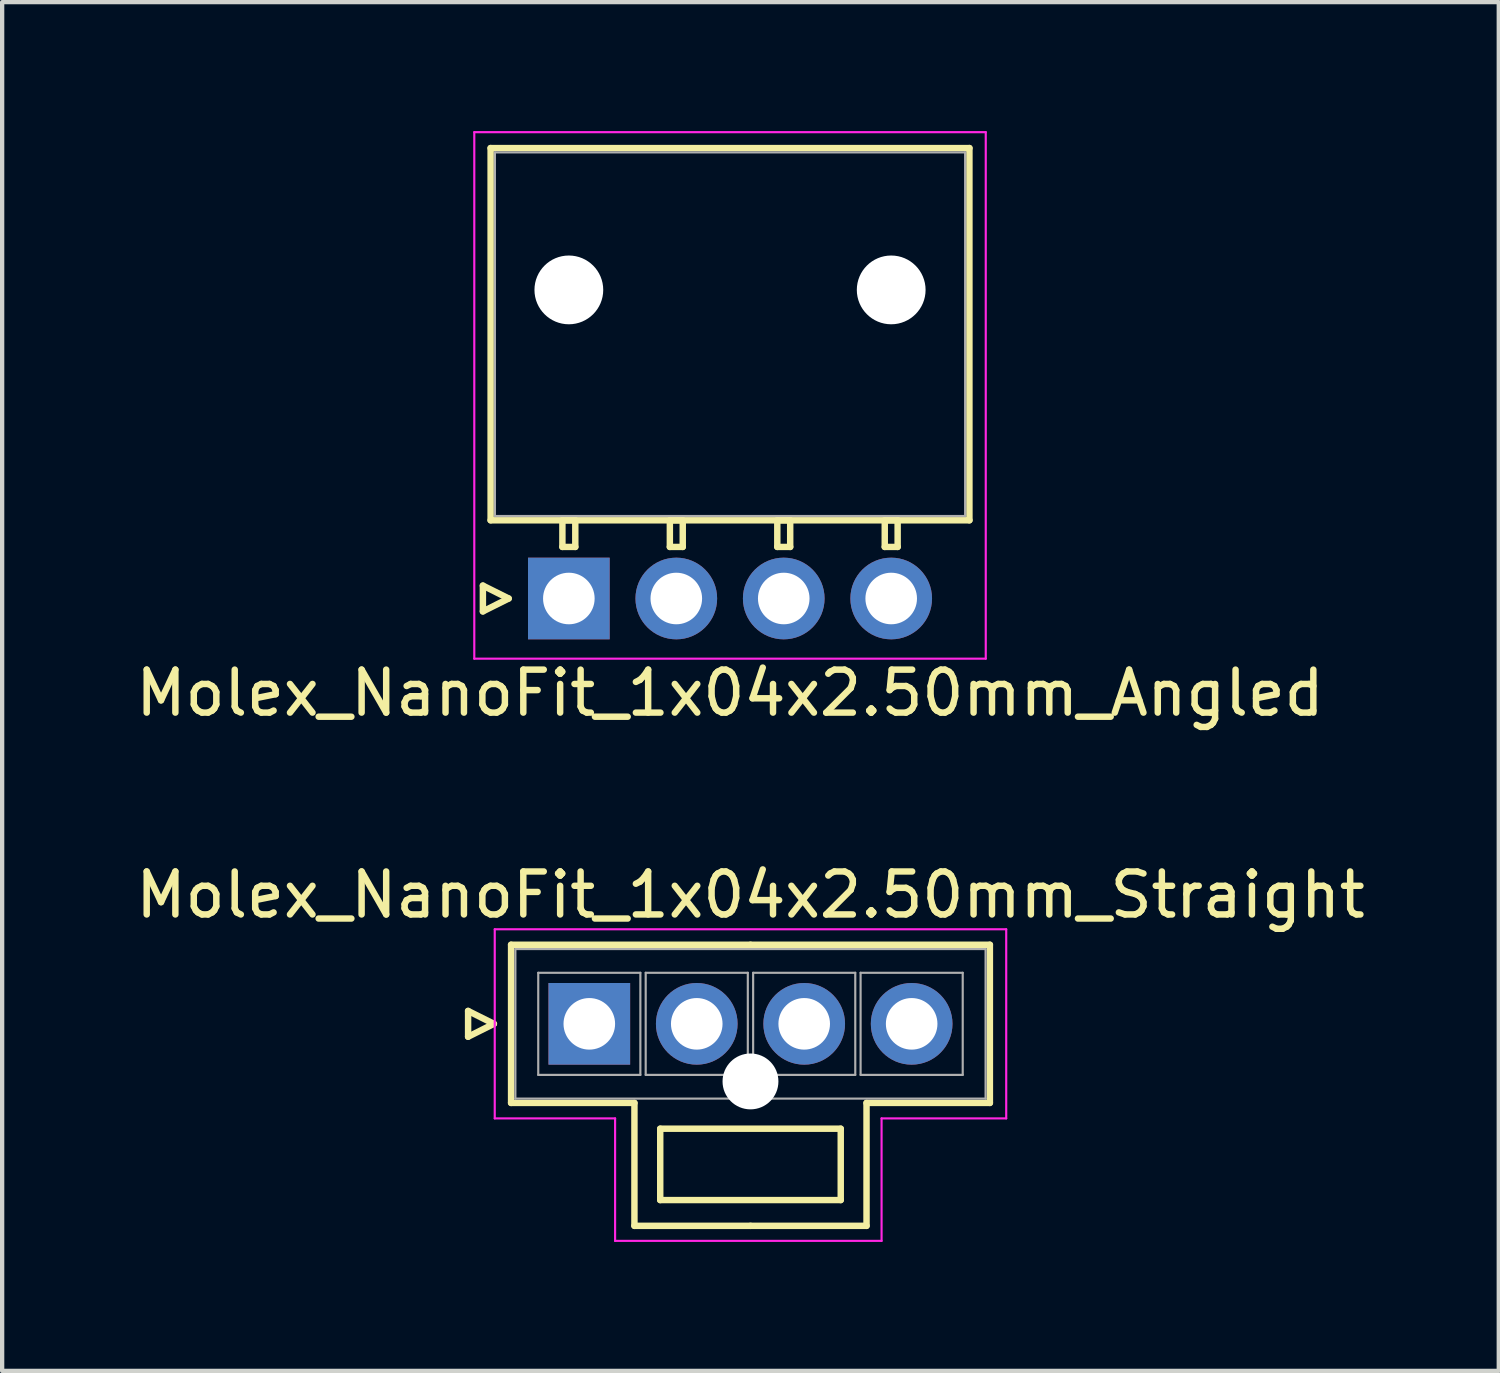
<source format=kicad_pcb>
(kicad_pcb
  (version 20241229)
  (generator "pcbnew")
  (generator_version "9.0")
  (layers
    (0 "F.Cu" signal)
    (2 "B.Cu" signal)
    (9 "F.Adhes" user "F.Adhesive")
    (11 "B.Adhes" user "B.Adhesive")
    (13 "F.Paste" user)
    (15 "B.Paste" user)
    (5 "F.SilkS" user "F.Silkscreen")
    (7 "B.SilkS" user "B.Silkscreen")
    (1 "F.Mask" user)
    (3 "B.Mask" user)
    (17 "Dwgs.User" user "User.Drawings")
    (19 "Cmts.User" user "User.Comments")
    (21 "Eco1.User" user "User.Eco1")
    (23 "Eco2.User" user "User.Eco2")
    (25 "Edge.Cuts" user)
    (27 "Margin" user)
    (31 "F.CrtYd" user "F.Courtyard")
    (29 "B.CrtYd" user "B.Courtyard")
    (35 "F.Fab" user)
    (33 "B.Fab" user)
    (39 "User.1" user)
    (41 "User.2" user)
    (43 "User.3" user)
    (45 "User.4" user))
  (footprint "Molex_NanoFit_1x04x2.50mm_Angled"
    (layer "F.Cu")
    (at 10.185 10.875)
    (property "Reference" "Molex_NanoFit_1x04x2.50mm_Angled" (at 3.75 2.2 0) (layer "F.SilkS") (effects (font (size 1 1) (thickness 0.15))))
    (attr through_hole)
    (fp_line (start -2 -0.3) (end -1.4 0) (stroke (width 0.15) (type solid)) (layer "F.SilkS"))
    (fp_line (start -2 0.3) (end -2 -0.3) (stroke (width 0.15) (type solid)) (layer "F.SilkS"))
    (fp_line (start -1.82 -10.48) (end -1.82 -1.82) (stroke (width 0.15) (type solid)) (layer "F.SilkS"))
    (fp_line (start -1.82 -1.82) (end 9.32 -1.82) (stroke (width 0.15) (type solid)) (layer "F.SilkS"))
    (fp_line (start -1.4 0) (end -2 0.3) (stroke (width 0.15) (type solid)) (layer "F.SilkS"))
    (fp_line (start -0.15 -1.82) (end -0.15 -1.2) (stroke (width 0.15) (type solid)) (layer "F.SilkS"))
    (fp_line (start -0.15 -1.2) (end 0.15 -1.2) (stroke (width 0.15) (type solid)) (layer "F.SilkS"))
    (fp_line (start 0.15 -1.82) (end -0.15 -1.82) (stroke (width 0.15) (type solid)) (layer "F.SilkS"))
    (fp_line (start 0.15 -1.2) (end 0.15 -1.82) (stroke (width 0.15) (type solid)) (layer "F.SilkS"))
    (fp_line (start 2.35 -1.82) (end 2.35 -1.2) (stroke (width 0.15) (type solid)) (layer "F.SilkS"))
    (fp_line (start 2.35 -1.2) (end 2.65 -1.2) (stroke (width 0.15) (type solid)) (layer "F.SilkS"))
    (fp_line (start 2.65 -1.82) (end 2.35 -1.82) (stroke (width 0.15) (type solid)) (layer "F.SilkS"))
    (fp_line (start 2.65 -1.2) (end 2.65 -1.82) (stroke (width 0.15) (type solid)) (layer "F.SilkS"))
    (fp_line (start 4.85 -1.82) (end 4.85 -1.2) (stroke (width 0.15) (type solid)) (layer "F.SilkS"))
    (fp_line (start 4.85 -1.2) (end 5.15 -1.2) (stroke (width 0.15) (type solid)) (layer "F.SilkS"))
    (fp_line (start 5.15 -1.82) (end 4.85 -1.82) (stroke (width 0.15) (type solid)) (layer "F.SilkS"))
    (fp_line (start 5.15 -1.2) (end 5.15 -1.82) (stroke (width 0.15) (type solid)) (layer "F.SilkS"))
    (fp_line (start 7.35 -1.82) (end 7.35 -1.2) (stroke (width 0.15) (type solid)) (layer "F.SilkS"))
    (fp_line (start 7.35 -1.2) (end 7.65 -1.2) (stroke (width 0.15) (type solid)) (layer "F.SilkS"))
    (fp_line (start 7.65 -1.82) (end 7.35 -1.82) (stroke (width 0.15) (type solid)) (layer "F.SilkS"))
    (fp_line (start 7.65 -1.2) (end 7.65 -1.82) (stroke (width 0.15) (type solid)) (layer "F.SilkS"))
    (fp_line (start 9.32 -10.48) (end -1.82 -10.48) (stroke (width 0.15) (type solid)) (layer "F.SilkS"))
    (fp_line (start 9.32 -1.82) (end 9.32 -10.48) (stroke (width 0.15) (type solid)) (layer "F.SilkS"))
    (fp_line (start -2.2 -10.85) (end -2.2 1.4) (stroke (width 0.05) (type solid)) (layer "F.CrtYd"))
    (fp_line (start -2.2 1.4) (end 9.7 1.4) (stroke (width 0.05) (type solid)) (layer "F.CrtYd"))
    (fp_line (start 9.7 -10.85) (end -2.2 -10.85) (stroke (width 0.05) (type solid)) (layer "F.CrtYd"))
    (fp_line (start 9.7 1.4) (end 9.7 -10.85) (stroke (width 0.05) (type solid)) (layer "F.CrtYd"))
    (fp_line (start -1.72 -10.38) (end -1.72 -1.92) (stroke (width 0.05) (type solid)) (layer "F.Fab"))
    (fp_line (start -1.72 -1.92) (end 9.22 -1.92) (stroke (width 0.05) (type solid)) (layer "F.Fab"))
    (fp_line (start 9.22 -10.38) (end -1.72 -10.38) (stroke (width 0.05) (type solid)) (layer "F.Fab"))
    (fp_line (start 9.22 -1.92) (end 9.22 -10.38) (stroke (width 0.05) (type solid)) (layer "F.Fab"))
    (pad "" np_thru_hole circle (at 0 -7.18) (size 1.6 1.6) (drill 1.6) (layers "*.Cu"))
    (pad "" np_thru_hole circle (at 7.5 -7.18) (size 1.6 1.6) (drill 1.6) (layers "*.Cu"))
    (pad "1" thru_hole rect (at 0 0) (size 1.9 1.9) (drill 1.2) (layers "*.Cu" "*.Mask"))
    (pad "2" thru_hole circle (at 2.5 0) (size 1.9 1.9) (drill 1.2) (layers "*.Cu" "*.Mask"))
    (pad "3" thru_hole circle (at 5 0) (size 1.9 1.9) (drill 1.2) (layers "*.Cu" "*.Mask"))
    (pad "4" thru_hole circle (at 7.5 0) (size 1.9 1.9) (drill 1.2) (layers "*.Cu" "*.Mask")))
  (footprint "Molex_NanoFit_1x04x2.50mm_Straight"
    (layer "F.Cu")
    (at 10.661 20.771)
    (property "Reference" "Molex_NanoFit_1x04x2.50mm_Straight" (at 3.75 -3 0) (layer "F.SilkS") (effects (font (size 1 1) (thickness 0.15))))
    (attr through_hole)
    (fp_line (start -2.82 -0.3) (end -2.22 0) (stroke (width 0.15) (type solid)) (layer "F.SilkS"))
    (fp_line (start -2.82 0.3) (end -2.82 -0.3) (stroke (width 0.15) (type solid)) (layer "F.SilkS"))
    (fp_line (start -2.22 0) (end -2.82 0.3) (stroke (width 0.15) (type solid)) (layer "F.SilkS"))
    (fp_line (start -1.82 -1.84) (end -1.82 1.84) (stroke (width 0.15) (type solid)) (layer "F.SilkS"))
    (fp_line (start -1.82 1.84) (end 1.05 1.84) (stroke (width 0.15) (type solid)) (layer "F.SilkS"))
    (fp_line (start 1.05 1.84) (end 1.05 4.7) (stroke (width 0.15) (type solid)) (layer "F.SilkS"))
    (fp_line (start 1.05 4.7) (end 3.75 4.7) (stroke (width 0.15) (type solid)) (layer "F.SilkS"))
    (fp_line (start 1.65 2.44) (end 1.65 4.1) (stroke (width 0.15) (type solid)) (layer "F.SilkS"))
    (fp_line (start 1.65 4.1) (end 5.85 4.1) (stroke (width 0.15) (type solid)) (layer "F.SilkS"))
    (fp_line (start 3.75 -1.84) (end -1.82 -1.84) (stroke (width 0.15) (type solid)) (layer "F.SilkS"))
    (fp_line (start 3.75 -1.84) (end 9.32 -1.84) (stroke (width 0.15) (type solid)) (layer "F.SilkS"))
    (fp_line (start 5.85 2.44) (end 1.65 2.44) (stroke (width 0.15) (type solid)) (layer "F.SilkS"))
    (fp_line (start 5.85 4.1) (end 5.85 2.44) (stroke (width 0.15) (type solid)) (layer "F.SilkS"))
    (fp_line (start 6.45 1.84) (end 6.45 4.7) (stroke (width 0.15) (type solid)) (layer "F.SilkS"))
    (fp_line (start 6.45 4.7) (end 3.75 4.7) (stroke (width 0.15) (type solid)) (layer "F.SilkS"))
    (fp_line (start 9.32 -1.84) (end 9.32 1.84) (stroke (width 0.15) (type solid)) (layer "F.SilkS"))
    (fp_line (start 9.32 1.84) (end 6.45 1.84) (stroke (width 0.15) (type solid)) (layer "F.SilkS"))
    (fp_line (start -2.2 -2.2) (end -2.2 2.2) (stroke (width 0.05) (type solid)) (layer "F.CrtYd"))
    (fp_line (start -2.2 2.2) (end 0.6 2.2) (stroke (width 0.05) (type solid)) (layer "F.CrtYd"))
    (fp_line (start 0.6 2.2) (end 0.6 5.05) (stroke (width 0.05) (type solid)) (layer "F.CrtYd"))
    (fp_line (start 0.6 5.05) (end 6.8 5.05) (stroke (width 0.05) (type solid)) (layer "F.CrtYd"))
    (fp_line (start 6.8 2.2) (end 9.7 2.2) (stroke (width 0.05) (type solid)) (layer "F.CrtYd"))
    (fp_line (start 6.8 5.05) (end 6.8 2.2) (stroke (width 0.05) (type solid)) (layer "F.CrtYd"))
    (fp_line (start 9.7 -2.2) (end -2.2 -2.2) (stroke (width 0.05) (type solid)) (layer "F.CrtYd"))
    (fp_line (start 9.7 2.2) (end 9.7 -2.2) (stroke (width 0.05) (type solid)) (layer "F.CrtYd"))
    (fp_line (start -1.72 -1.74) (end -1.72 1.74) (stroke (width 0.05) (type solid)) (layer "F.Fab"))
    (fp_line (start -1.72 1.74) (end 9.22 1.74) (stroke (width 0.05) (type solid)) (layer "F.Fab"))
    (fp_line (start -1.188 -1.188) (end -1.188 1.188) (stroke (width 0.05) (type solid)) (layer "F.Fab"))
    (fp_line (start -1.188 1.188) (end 1.188 1.188) (stroke (width 0.05) (type solid)) (layer "F.Fab"))
    (fp_line (start 1.188 -1.188) (end -1.188 -1.188) (stroke (width 0.05) (type solid)) (layer "F.Fab"))
    (fp_line (start 1.188 1.188) (end 1.188 -1.188) (stroke (width 0.05) (type solid)) (layer "F.Fab"))
    (fp_line (start 1.312 -1.188) (end 1.312 1.188) (stroke (width 0.05) (type solid)) (layer "F.Fab"))
    (fp_line (start 1.312 1.188) (end 3.688 1.188) (stroke (width 0.05) (type solid)) (layer "F.Fab"))
    (fp_line (start 3.688 -1.188) (end 1.312 -1.188) (stroke (width 0.05) (type solid)) (layer "F.Fab"))
    (fp_line (start 3.688 1.188) (end 3.688 -1.188) (stroke (width 0.05) (type solid)) (layer "F.Fab"))
    (fp_line (start 3.812 -1.188) (end 3.812 1.188) (stroke (width 0.05) (type solid)) (layer "F.Fab"))
    (fp_line (start 3.812 1.188) (end 6.188 1.188) (stroke (width 0.05) (type solid)) (layer "F.Fab"))
    (fp_line (start 6.188 -1.188) (end 3.812 -1.188) (stroke (width 0.05) (type solid)) (layer "F.Fab"))
    (fp_line (start 6.188 1.188) (end 6.188 -1.188) (stroke (width 0.05) (type solid)) (layer "F.Fab"))
    (fp_line (start 6.312 -1.188) (end 6.312 1.188) (stroke (width 0.05) (type solid)) (layer "F.Fab"))
    (fp_line (start 6.312 1.188) (end 8.688 1.188) (stroke (width 0.05) (type solid)) (layer "F.Fab"))
    (fp_line (start 8.688 -1.188) (end 6.312 -1.188) (stroke (width 0.05) (type solid)) (layer "F.Fab"))
    (fp_line (start 8.688 1.188) (end 8.688 -1.188) (stroke (width 0.05) (type solid)) (layer "F.Fab"))
    (fp_line (start 9.22 -1.74) (end -1.72 -1.74) (stroke (width 0.05) (type solid)) (layer "F.Fab"))
    (fp_line (start 9.22 1.74) (end 9.22 -1.74) (stroke (width 0.05) (type solid)) (layer "F.Fab"))
    (pad "" np_thru_hole circle (at 3.75 1.34) (size 1.3 1.3) (drill 1.3) (layers "*.Cu"))
    (pad "1" thru_hole rect (at 0 0) (size 1.9 1.9) (drill 1.2) (layers "*.Cu" "*.Mask"))
    (pad "2" thru_hole circle (at 2.5 0) (size 1.9 1.9) (drill 1.2) (layers "*.Cu" "*.Mask"))
    (pad "3" thru_hole circle (at 5 0) (size 1.9 1.9) (drill 1.2) (layers "*.Cu" "*.Mask"))
    (pad "4" thru_hole circle (at 7.5 0) (size 1.9 1.9) (drill 1.2) (layers "*.Cu" "*.Mask")))
  (gr_rect
    (start -3 -3)
    (end 31.821 28.846)
    (stroke (width 0.1) (type default))
    (fill no)
    (layer "Edge.Cuts")))
</source>
